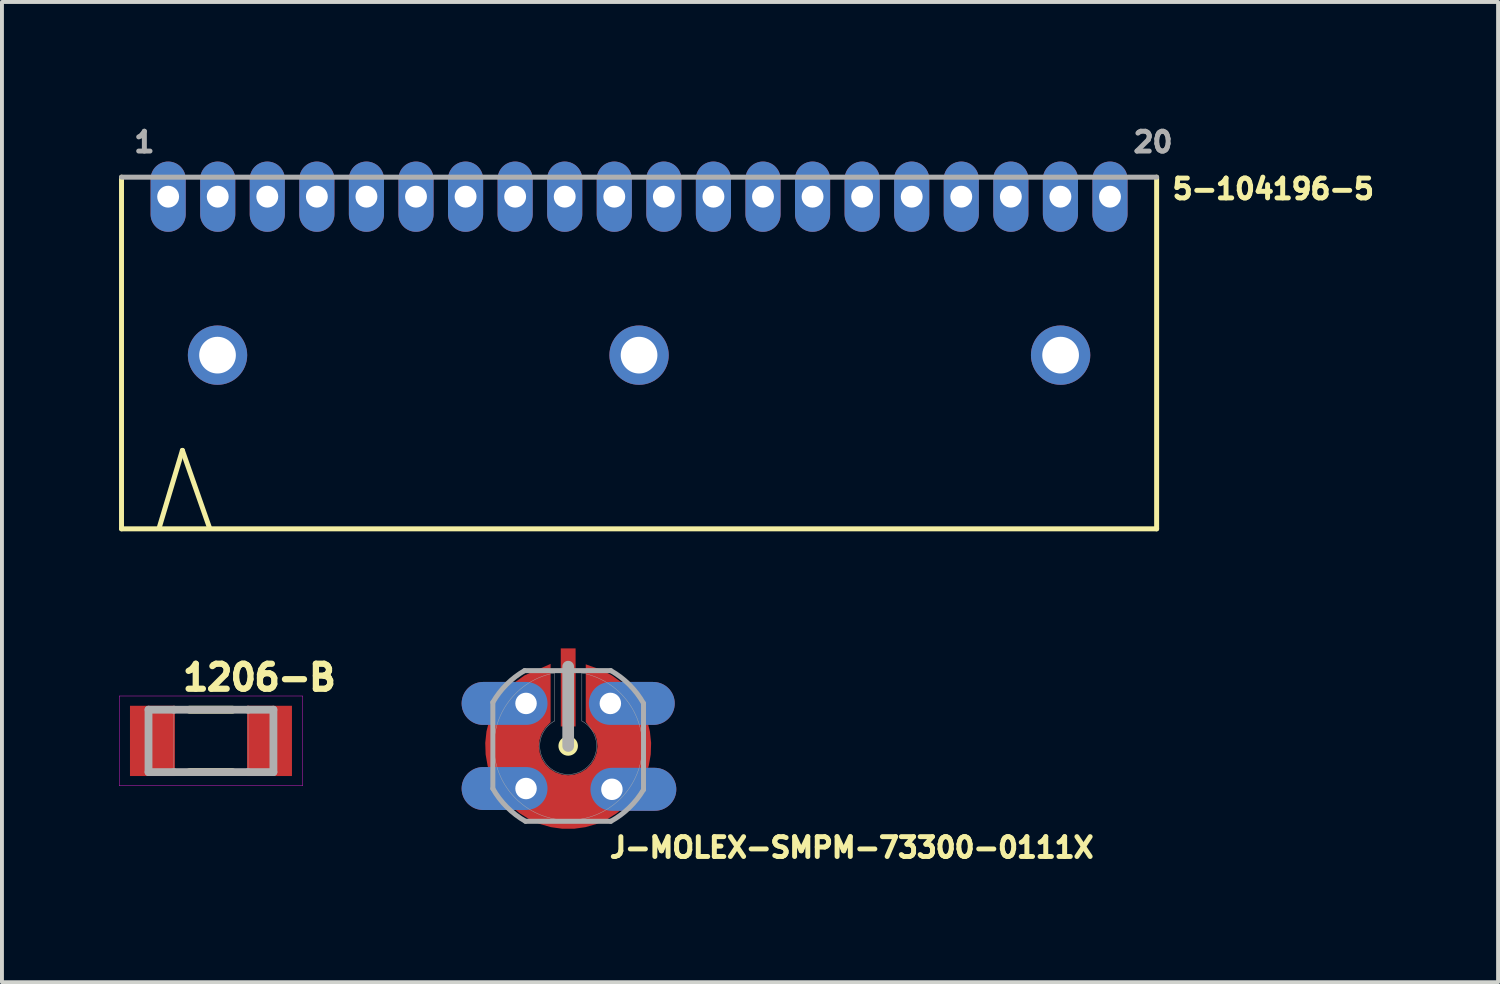
<source format=kicad_pcb>
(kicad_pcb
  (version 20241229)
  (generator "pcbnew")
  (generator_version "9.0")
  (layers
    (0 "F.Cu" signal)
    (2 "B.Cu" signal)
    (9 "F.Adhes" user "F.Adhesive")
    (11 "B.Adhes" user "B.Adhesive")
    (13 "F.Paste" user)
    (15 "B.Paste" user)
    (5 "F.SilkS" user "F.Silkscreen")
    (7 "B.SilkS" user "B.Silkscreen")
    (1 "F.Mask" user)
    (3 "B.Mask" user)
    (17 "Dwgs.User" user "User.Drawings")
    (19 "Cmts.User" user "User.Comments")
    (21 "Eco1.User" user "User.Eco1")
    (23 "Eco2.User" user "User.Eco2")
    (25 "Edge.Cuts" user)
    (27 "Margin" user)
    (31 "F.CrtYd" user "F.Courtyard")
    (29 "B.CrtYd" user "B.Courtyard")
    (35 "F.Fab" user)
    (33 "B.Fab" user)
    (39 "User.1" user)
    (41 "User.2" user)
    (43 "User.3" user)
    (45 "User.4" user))
  (footprint "1206-B"
    (layer "F.Cu")
    (at 2.355 15.932)
    (property "Reference" "1206-B" (at -0.8 -1.25 0) (layer "F.SilkS") (effects (font (size 0.64 0.64) (thickness 0.16)) (justify left bottom)))
    (fp_line (start -0.55 -0.8) (end 0.55 -0.8) (stroke (width 0.2) (type solid)) (layer "F.SilkS"))
    (fp_line (start -0.55 0.8) (end 0.55 0.8) (stroke (width 0.2) (type solid)) (layer "F.SilkS"))
    (fp_line (start -2.35 -1.15) (end -2.35 1.15) (stroke (width 0.01) (type solid)) (layer "F.CrtYd"))
    (fp_line (start -2.35 1.15) (end 2.35 1.15) (stroke (width 0.01) (type solid)) (layer "F.CrtYd"))
    (fp_line (start 2.35 -1.15) (end -2.35 -1.15) (stroke (width 0.01) (type solid)) (layer "F.CrtYd"))
    (fp_line (start 2.35 1.15) (end 2.35 -1.15) (stroke (width 0.01) (type solid)) (layer "F.CrtYd"))
    (fp_line (start -1.6 -0.8) (end -1.6 0.8) (stroke (width 0.2) (type solid)) (layer "F.Fab"))
    (fp_line (start -1.6 0.8) (end -0.95 0.8) (stroke (width 0.2) (type solid)) (layer "F.Fab"))
    (fp_line (start -0.95 -0.8) (end -1.6 -0.8) (stroke (width 0.2) (type solid)) (layer "F.Fab"))
    (fp_line (start -0.95 -0.8) (end -0.95 0.8) (stroke (width 0.01) (type solid)) (layer "F.Fab"))
    (fp_line (start -0.95 0.8) (end 0.95 0.8) (stroke (width 0.2) (type solid)) (layer "F.Fab"))
    (fp_line (start 0.95 -0.8) (end -0.95 -0.8) (stroke (width 0.2) (type solid)) (layer "F.Fab"))
    (fp_line (start 0.95 -0.8) (end 0.95 0.8) (stroke (width 0.01) (type solid)) (layer "F.Fab"))
    (fp_line (start 0.95 0.8) (end 1.6 0.8) (stroke (width 0.2) (type solid)) (layer "F.Fab"))
    (fp_line (start 1.6 -0.8) (end 0.95 -0.8) (stroke (width 0.2) (type solid)) (layer "F.Fab"))
    (fp_line (start 1.6 0.8) (end 1.6 -0.8) (stroke (width 0.2) (type solid)) (layer "F.Fab"))
    (pad "1" smd rect (at -1.5 0) (size 1.15 1.8) (layers "F.Cu" "F.Mask" "F.Paste"))
    (pad "2" smd rect (at 1.5 0) (size 1.15 1.8) (layers "F.Cu" "F.Mask" "F.Paste")))
  (footprint "5-104196-5"
    (layer "F.Cu")
    (at 13.323 1.989)
    (property "Reference" "5-104196-5" (at 13.6 0.1 0) (layer "F.SilkS") (effects (font (size 0.508 0.508) (thickness 0.127)) (justify left bottom)))
    (fp_line (start -13.26 -0.5) (end -13.26 8.51) (stroke (width 0.127) (type solid)) (layer "F.SilkS"))
    (fp_line (start -12.3 8.5) (end -11.7 6.5) (stroke (width 0.127) (type solid)) (layer "F.SilkS"))
    (fp_line (start -11.7 6.5) (end -11 8.5) (stroke (width 0.127) (type solid)) (layer "F.SilkS"))
    (fp_line (start 13.26 8.51) (end -13.26 8.51) (stroke (width 0.127) (type solid)) (layer "F.SilkS"))
    (fp_line (start 13.26 8.51) (end 13.26 -0.5) (stroke (width 0.127) (type solid)) (layer "F.SilkS"))
    (fp_line (start 13.26 -0.5) (end -13.26 -0.5) (stroke (width 0.127) (type solid)) (layer "F.Fab"))
    (fp_text user "1" (at -13 -1.1 0) (layer "F.Fab") (effects (font (size 0.508 0.508) (thickness 0.127)) (justify left bottom)))
    (fp_text user "20" (at 12.6 -1.1 0) (layer "F.Fab") (effects (font (size 0.508 0.508) (thickness 0.127)) (justify left bottom)))
    (pad "1" thru_hole oval (at -12.065 0 90) (size 1.8 0.9) (drill 0.56) (layers "*.Cu" "*.Mask"))
    (pad "2" thru_hole oval (at -10.795 0 90) (size 1.8 0.9) (drill 0.56) (layers "*.Cu" "*.Mask"))
    (pad "3" thru_hole oval (at -9.525 0 90) (size 1.8 0.9) (drill 0.56) (layers "*.Cu" "*.Mask"))
    (pad "4" thru_hole oval (at -8.255 0 90) (size 1.8 0.9) (drill 0.56) (layers "*.Cu" "*.Mask"))
    (pad "5" thru_hole oval (at -6.985 0 90) (size 1.8 0.9) (drill 0.56) (layers "*.Cu" "*.Mask"))
    (pad "6" thru_hole oval (at -5.715 0 90) (size 1.8 0.9) (drill 0.56) (layers "*.Cu" "*.Mask"))
    (pad "7" thru_hole oval (at -4.445 0 90) (size 1.8 0.9) (drill 0.56) (layers "*.Cu" "*.Mask"))
    (pad "8" thru_hole oval (at -3.175 0 90) (size 1.8 0.9) (drill 0.56) (layers "*.Cu" "*.Mask"))
    (pad "9" thru_hole oval (at -1.905 0 90) (size 1.8 0.9) (drill 0.56) (layers "*.Cu" "*.Mask"))
    (pad "10" thru_hole oval (at -0.635 0 90) (size 1.8 0.9) (drill 0.56) (layers "*.Cu" "*.Mask"))
    (pad "11" thru_hole oval (at 0.635 0 90) (size 1.8 0.9) (drill 0.56) (layers "*.Cu" "*.Mask"))
    (pad "12" thru_hole oval (at 1.905 0 90) (size 1.8 0.9) (drill 0.56) (layers "*.Cu" "*.Mask"))
    (pad "13" thru_hole oval (at 3.175 0 90) (size 1.8 0.9) (drill 0.56) (layers "*.Cu" "*.Mask"))
    (pad "14" thru_hole oval (at 4.445 0 90) (size 1.8 0.9) (drill 0.56) (layers "*.Cu" "*.Mask"))
    (pad "15" thru_hole oval (at 5.715 0 90) (size 1.8 0.9) (drill 0.56) (layers "*.Cu" "*.Mask"))
    (pad "16" thru_hole oval (at 6.985 0 90) (size 1.8 0.9) (drill 0.56) (layers "*.Cu" "*.Mask"))
    (pad "17" thru_hole oval (at 8.255 0 90) (size 1.8 0.9) (drill 0.56) (layers "*.Cu" "*.Mask"))
    (pad "18" thru_hole oval (at 9.525 0 90) (size 1.8 0.9) (drill 0.56) (layers "*.Cu" "*.Mask"))
    (pad "19" thru_hole oval (at 10.795 0 90) (size 1.8 0.9) (drill 0.56) (layers "*.Cu" "*.Mask"))
    (pad "20" thru_hole oval (at 12.065 0 90) (size 1.8 0.9) (drill 0.56) (layers "*.Cu" "*.Mask"))
    (pad "HD1" thru_hole circle (at -10.8 4.06) (size 1.52 1.52) (drill 0.94) (layers "*.Cu" "*.Mask"))
    (pad "HD2" thru_hole circle (at 0 4.06) (size 1.52 1.52) (drill 0.94) (layers "*.Cu" "*.Mask"))
    (pad "HD3" thru_hole circle (at 10.8 4.06) (size 1.52 1.52) (drill 0.94) (layers "*.Cu" "*.Mask")))
  (footprint "J-MOLEX-SMPM-73300-0111X"
    (layer "F.Cu")
    (at 11.507 16.062)
    (property "Reference" "J-MOLEX-SMPM-73300-0111X" (at 1 2.9 0) (layer "F.SilkS") (effects (font (size 0.508 0.508) (thickness 0.127)) (justify left bottom)))
    (fp_poly (pts (xy -0.45 -0.61) (xy -0.599 -0.452) (xy -0.684 -0.31) (xy -0.735 -0.152) (xy -0.751 0.014) (xy -0.729 0.179) (xy -0.672 0.335) (xy -0.582 0.474) (xy -0.463 0.591) (xy -0.322 0.678) (xy -0.165 0.732) (xy 0 0.751) (xy 0.165 0.732) (xy 0.322 0.678) (xy 0.463 0.591) (xy 0.582 0.474) (xy 0.672 0.335) (xy 0.729 0.179) (xy 0.751 0.014) (xy 0.735 -0.152) (xy 0.686 -0.304) (xy 0.45 -0.616) (xy 0.45 -2.092) (xy 0.857 -1.946) (xy 1.12 -1.808) (xy 1.361 -1.634) (xy 1.575 -1.428) (xy 1.759 -1.195) (xy 1.908 -0.938) (xy 2.02 -0.663) (xy 2.093 -0.375) (xy 2.125 -0.079) (xy 2.115 0.218) (xy 2.064 0.51) (xy 1.973 0.793) (xy 1.843 1.06) (xy 1.677 1.307) (xy 1.479 1.528) (xy 1.251 1.719) (xy 1 1.877) (xy 0.728 1.998) (xy 0.443 2.08) (xy 0.149 2.121) (xy -0.149 2.121) (xy -0.443 2.08) (xy -0.728 1.998) (xy -1 1.877) (xy -1.251 1.719) (xy -1.479 1.528) (xy -1.677 1.307) (xy -1.843 1.06) (xy -1.973 0.793) (xy -2.064 0.51) (xy -2.115 0.218) (xy -2.125 -0.079) (xy -2.093 -0.375) (xy -2.02 -0.663) (xy -1.908 -0.938) (xy -1.759 -1.195) (xy -1.575 -1.428) (xy -1.361 -1.634) (xy -1.117 -1.81) (xy -0.45 -2.103)) (stroke (width 0) (type solid)) (fill yes) (layer "F.Cu"))
    (fp_poly (pts (xy -0.45 -0.515) (xy -0.573 -0.36) (xy -0.639 -0.224) (xy -0.673 -0.076) (xy -0.673 0.076) (xy -0.639 0.224) (xy -0.573 0.36) (xy -0.479 0.479) (xy -0.36 0.573) (xy -0.224 0.639) (xy -0.076 0.673) (xy 0.076 0.673) (xy 0.224 0.639) (xy 0.36 0.573) (xy 0.479 0.479) (xy 0.573 0.36) (xy 0.639 0.224) (xy 0.673 0.076) (xy 0.673 -0.076) (xy 0.64 -0.218) (xy 0.45 -0.521) (xy 0.45 -2.19) (xy 0.864 -2.048) (xy 1.137 -1.91) (xy 1.387 -1.737) (xy 1.612 -1.531) (xy 1.807 -1.296) (xy 1.967 -1.037) (xy 2.091 -0.758) (xy 2.175 -0.465) (xy 2.219 -0.164) (xy 2.221 0.141) (xy 2.181 0.444) (xy 2.1 0.738) (xy 1.98 1.018) (xy 1.823 1.279) (xy 1.631 1.516) (xy 1.409 1.725) (xy 1.16 1.901) (xy 0.89 2.042) (xy 0.603 2.145) (xy 0.304 2.207) (xy 0 2.228) (xy -0.304 2.207) (xy -0.603 2.145) (xy -0.89 2.042) (xy -1.16 1.901) (xy -1.409 1.725) (xy -1.631 1.516) (xy -1.823 1.279) (xy -1.98 1.018) (xy -2.1 0.738) (xy -2.181 0.444) (xy -2.221 0.141) (xy -2.219 -0.164) (xy -2.175 -0.465) (xy -2.091 -0.758) (xy -1.967 -1.037) (xy -1.807 -1.296) (xy -1.612 -1.531) (xy -1.387 -1.737) (xy -1.134 -1.912) (xy -0.45 -2.201)) (stroke (width 0) (type solid)) (fill yes) (layer "F.Mask"))
    (fp_circle (center 0 0) (end 0.125 0) (stroke (width 0.25) (type solid)) (fill yes) (layer "F.SilkS"))
    (fp_line (start -1.93 1.092) (end -1.93 -1.118) (stroke (width 0.127) (type solid)) (layer "F.Fab"))
    (fp_line (start -1.118 -1.93) (end 1.092 -1.93) (stroke (width 0.127) (type solid)) (layer "F.Fab"))
    (fp_line (start -0.35 -1.87) (end -0.35 -0.64) (stroke (width 0.01) (type solid)) (layer "F.Fab"))
    (fp_line (start 0 0) (end 0 -2.032) (stroke (width 0.3) (type solid)) (layer "F.Fab"))
    (fp_line (start 0.35 -0.64) (end 0.35 -1.87) (stroke (width 0.01) (type solid)) (layer "F.Fab"))
    (fp_line (start 1.092 1.93) (end -1.092 1.93) (stroke (width 0.127) (type solid)) (layer "F.Fab"))
    (fp_line (start 1.93 -1.092) (end 1.93 1.118) (stroke (width 0.127) (type solid)) (layer "F.Fab"))
    (fp_arc (start -1.9304 -1.1176) (mid -1.577471 -1.577471) (end -1.1176 -1.9304) (stroke (width 0.127) (type solid)) (layer "F.Fab"))
    (fp_arc (start -1.0922 1.9304) (mid -1.568103 1.568103) (end -1.9304 1.0922) (stroke (width 0.127) (type solid)) (layer "F.Fab"))
    (fp_arc (start 0.35 -1.87) (mid 0 1.902472) (end -0.35 -1.87) (stroke (width 0.01) (type solid)) (layer "F.Fab"))
    (fp_arc (start 0.35 -0.64) (mid 0 0.729452) (end -0.35 -0.64) (stroke (width 0.01) (type solid)) (layer "F.Fab"))
    (fp_arc (start 1.0922 -1.9304) (mid 1.568334 -1.568334) (end 1.9304 -1.0922) (stroke (width 0.127) (type solid)) (layer "F.Fab"))
    (fp_arc (start 1.9304 1.1176) (mid 1.565581 1.579977) (end 1.0922 1.9304) (stroke (width 0.127) (type solid)) (layer "F.Fab"))
    (pad "P$1" thru_hole oval (at -1.08 1.09 180) (size 2.2 1.1) (drill 0.55 (offset 0.55 0)) (layers "*.Cu" "*.Mask"))
    (pad "P$2" thru_hole oval (at 1.12 1.11) (size 2.2 1.1) (drill 0.55 (offset 0.55 0)) (layers "*.Cu" "*.Mask"))
    (pad "P$3" thru_hole oval (at 1.08 -1.09) (size 2.2 1.1) (drill 0.55 (offset 0.55 0)) (layers "*.Cu" "*.Mask"))
    (pad "P$4" thru_hole oval (at -1.08 -1.09 180) (size 2.2 1.1) (drill 0.55 (offset 0.55 0)) (layers "*.Cu" "*.Mask"))
    (pad "RF-DOWN" smd rect (at 0 -1.5 180) (size 0.38 2) (layers "F.Cu" "F.Mask")))
  (gr_rect
    (start -3 -3)
    (end 35.331 22.114)
    (stroke (width 0.1) (type default))
    (fill no)
    (layer "Edge.Cuts")))
</source>
